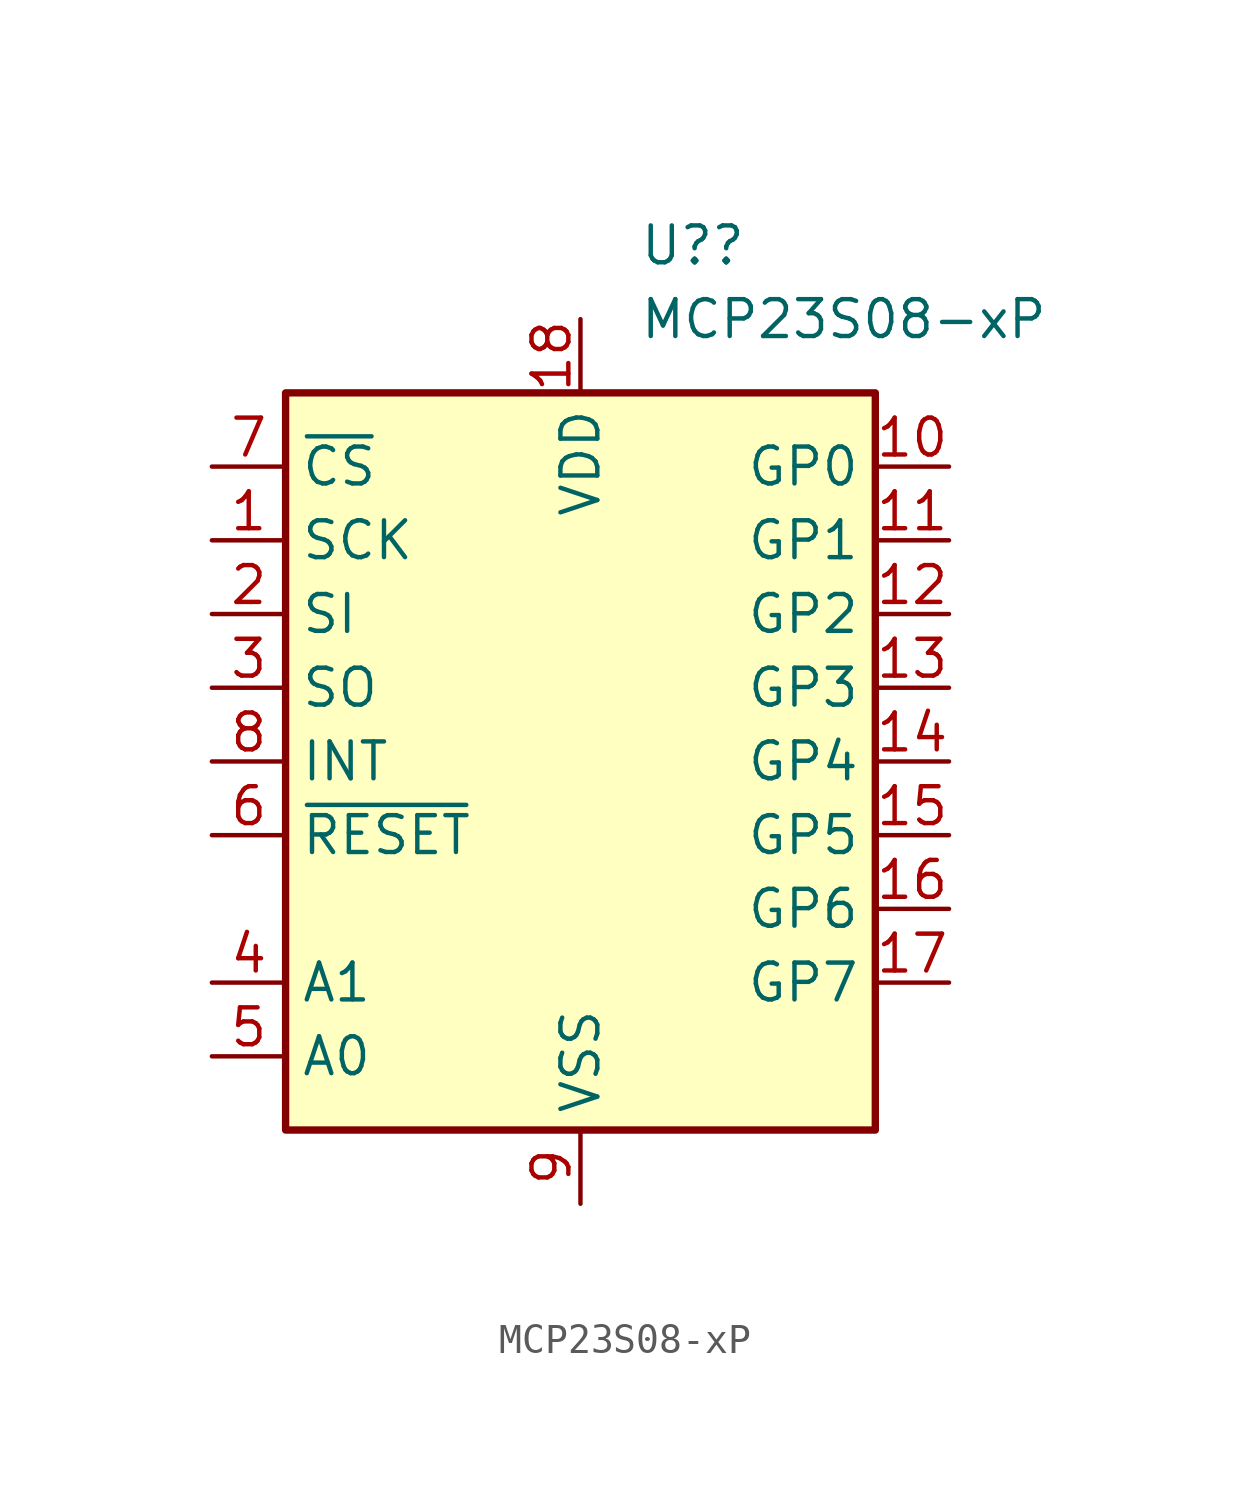
<source format=kicad_sym>
(kicad_symbol_lib
  (version 20211014)
  (generator kicad_symbol_editor)
  (symbol "MCP23S08-xP"
    (property "Reference" "U?"
      (at 2.019 17.78 0)
      (effects (font (size 1.27 1.27)) (justify left)))
    (property "Value" "MCP23S08-xP"
      (at 2.019 15.24 0)
      (effects (font (size 1.27 1.27)) (justify left)))
    (symbol "MCP23S08-xP_0_1"
      (rectangle (start -10.16 12.7) (end 10.16 -12.7) (stroke (width 0.254) (type default) (color 0 0 0 0)) (fill (type background))))
    (symbol "MCP23S08-xP_1_1"
      (pin input line (at -12.7 7.62 0) (length 2.54) (name "SCK" (effects (font (size 1.27 1.27)))) (number "1" (effects (font (size 1.27 1.27)))))
      (pin bidirectional line (at 12.7 10.16 180) (length 2.54) (name "GP0" (effects (font (size 1.27 1.27)))) (number "10" (effects (font (size 1.27 1.27)))))
      (pin bidirectional line (at 12.7 7.62 180) (length 2.54) (name "GP1" (effects (font (size 1.27 1.27)))) (number "11" (effects (font (size 1.27 1.27)))))
      (pin bidirectional line (at 12.7 5.08 180) (length 2.54) (name "GP2" (effects (font (size 1.27 1.27)))) (number "12" (effects (font (size 1.27 1.27)))))
      (pin bidirectional line (at 12.7 2.54 180) (length 2.54) (name "GP3" (effects (font (size 1.27 1.27)))) (number "13" (effects (font (size 1.27 1.27)))))
      (pin bidirectional line (at 12.7 0 180) (length 2.54) (name "GP4" (effects (font (size 1.27 1.27)))) (number "14" (effects (font (size 1.27 1.27)))))
      (pin bidirectional line (at 12.7 -2.54 180) (length 2.54) (name "GP5" (effects (font (size 1.27 1.27)))) (number "15" (effects (font (size 1.27 1.27)))))
      (pin bidirectional line (at 12.7 -5.08 180) (length 2.54) (name "GP6" (effects (font (size 1.27 1.27)))) (number "16" (effects (font (size 1.27 1.27)))))
      (pin bidirectional line (at 12.7 -7.62 180) (length 2.54) (name "GP7" (effects (font (size 1.27 1.27)))) (number "17" (effects (font (size 1.27 1.27)))))
      (pin power_in line (at 0 15.24 270) (length 2.54) (name "VDD" (effects (font (size 1.27 1.27)))) (number "18" (effects (font (size 1.27 1.27)))))
      (pin input line (at -12.7 5.08 0) (length 2.54) (name "SI" (effects (font (size 1.27 1.27)))) (number "2" (effects (font (size 1.27 1.27)))))
      (pin output line (at -12.7 2.54 0) (length 2.54) (name "SO" (effects (font (size 1.27 1.27)))) (number "3" (effects (font (size 1.27 1.27)))))
      (pin input line (at -12.7 -7.62 0) (length 2.54) (name "A1" (effects (font (size 1.27 1.27)))) (number "4" (effects (font (size 1.27 1.27)))))
      (pin input line (at -12.7 -10.16 0) (length 2.54) (name "A0" (effects (font (size 1.27 1.27)))) (number "5" (effects (font (size 1.27 1.27)))))
      (pin input line (at -12.7 -2.54 0) (length 2.54) (name "~{RESET}" (effects (font (size 1.27 1.27)))) (number "6" (effects (font (size 1.27 1.27)))))
      (pin input line (at -12.7 10.16 0) (length 2.54) (name "~{CS}" (effects (font (size 1.27 1.27)))) (number "7" (effects (font (size 1.27 1.27)))))
      (pin output line (at -12.7 0 0) (length 2.54) (name "INT" (effects (font (size 1.27 1.27)))) (number "8" (effects (font (size 1.27 1.27)))))
      (pin power_in line (at 0 -15.24 90) (length 2.54) (name "VSS" (effects (font (size 1.27 1.27)))) (number "9" (effects (font (size 1.27 1.27))))))))
</source>
